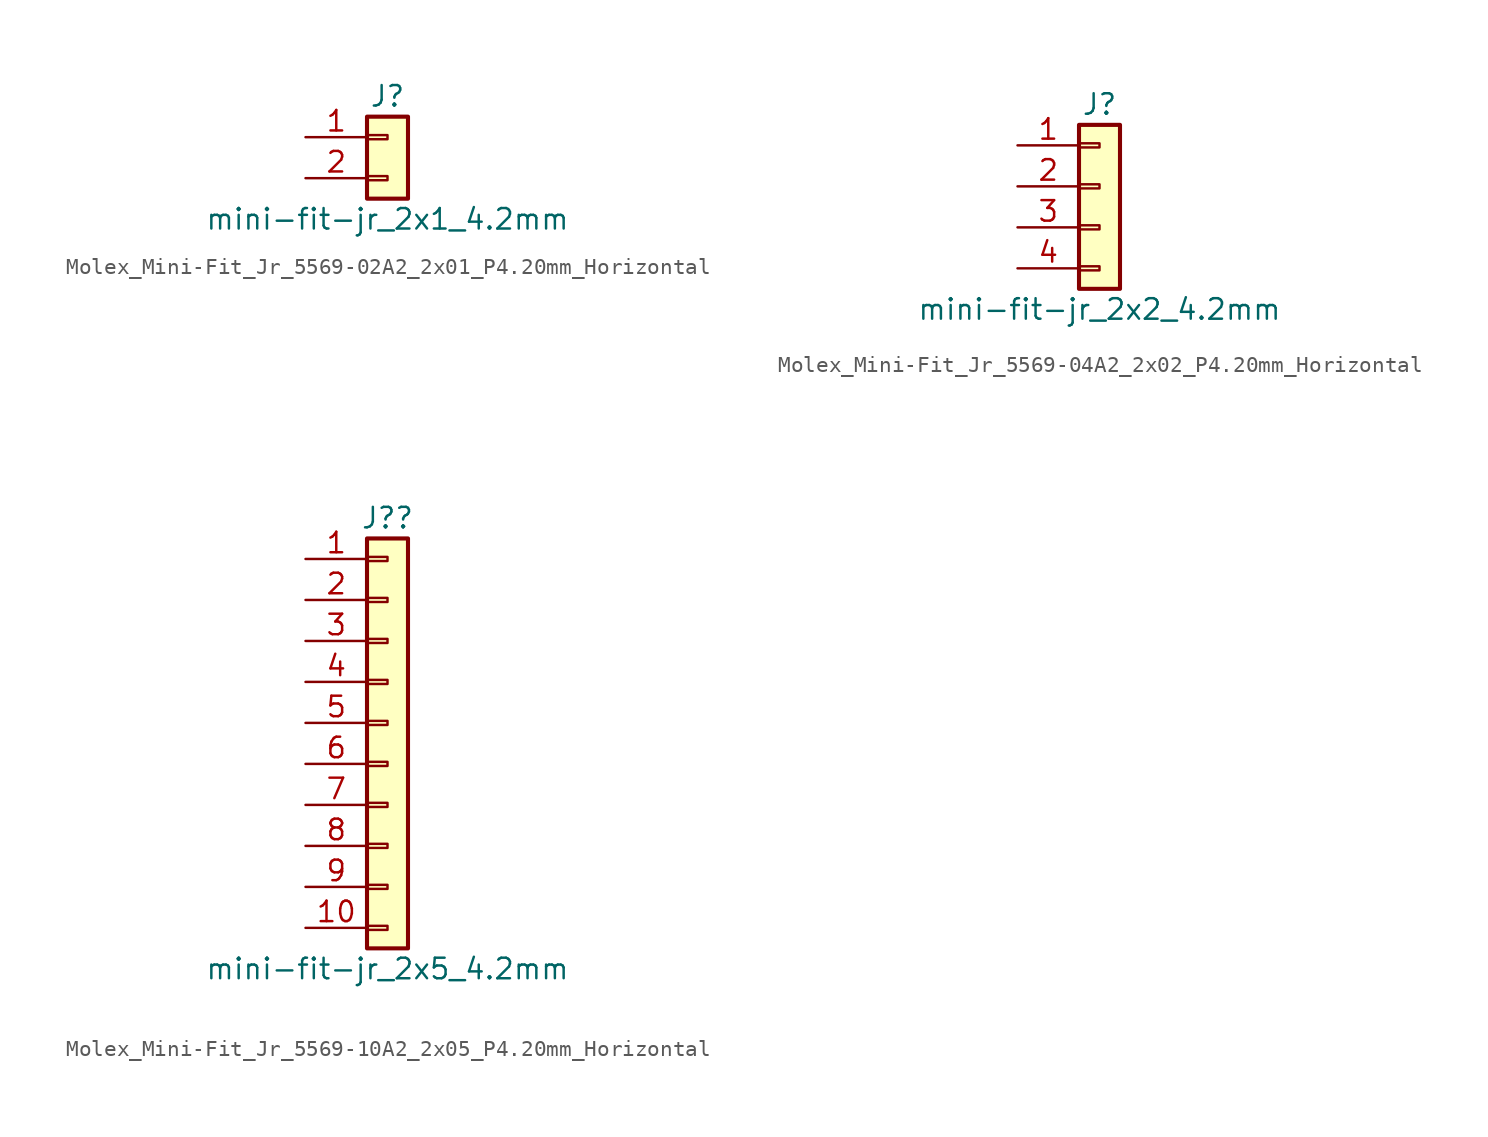
<source format=kicad_sym>
(kicad_symbol_lib
  (version 20220914)
  (generator kicad_symbol_editor)
  (symbol "Molex_Mini-Fit_Jr_5569-02A2_2x01_P4.20mm_Horizontal"
    (pin_names
      (offset 1.016) hide)
    (property "Reference" "J"
      (at 0 2.54 0)
      (effects (font (size 1.27 1.27))))
    (property "Value" "mini-fit-jr_2x1_4.2mm"
      (at 0 -5.08 0)
      (effects (font (size 1.27 1.27))))
    (symbol "Molex_Mini-Fit_Jr_5569-02A2_2x01_P4.20mm_Horizontal_1_1"
      (rectangle (start -1.27 -2.413) (end 0 -2.667) (stroke (width 0.152) (type default)) (fill (type none)))
      (rectangle (start -1.27 0.127) (end 0 -0.127) (stroke (width 0.152) (type default)) (fill (type none)))
      (rectangle (start -1.27 1.27) (end 1.27 -3.81) (stroke (width 0.254) (type default)) (fill (type background)))
      (pin passive line (at -5.08 0 0) (length 3.81) (name "Pin_1" (effects (font (size 1.27 1.27)))) (number "1" (effects (font (size 1.27 1.27)))))
      (pin passive line (at -5.08 -2.54 0) (length 3.81) (name "Pin_2" (effects (font (size 1.27 1.27)))) (number "2" (effects (font (size 1.27 1.27)))))))
  (symbol "Molex_Mini-Fit_Jr_5569-04A2_2x02_P4.20mm_Horizontal"
    (pin_names
      (offset 1.016) hide)
    (property "Reference" "J"
      (at 0 5.08 0)
      (effects (font (size 1.27 1.27))))
    (property "Value" "mini-fit-jr_2x2_4.2mm"
      (at 0 -7.62 0)
      (effects (font (size 1.27 1.27))))
    (symbol "Molex_Mini-Fit_Jr_5569-04A2_2x02_P4.20mm_Horizontal_1_1"
      (rectangle (start -1.27 -4.953) (end 0 -5.207) (stroke (width 0.152) (type default)) (fill (type none)))
      (rectangle (start -1.27 -2.413) (end 0 -2.667) (stroke (width 0.152) (type default)) (fill (type none)))
      (rectangle (start -1.27 0.127) (end 0 -0.127) (stroke (width 0.152) (type default)) (fill (type none)))
      (rectangle (start -1.27 2.667) (end 0 2.413) (stroke (width 0.152) (type default)) (fill (type none)))
      (rectangle (start -1.27 3.81) (end 1.27 -6.35) (stroke (width 0.254) (type default)) (fill (type background)))
      (pin passive line (at -5.08 2.54 0) (length 3.81) (name "Pin_1" (effects (font (size 1.27 1.27)))) (number "1" (effects (font (size 1.27 1.27)))))
      (pin passive line (at -5.08 0 0) (length 3.81) (name "Pin_2" (effects (font (size 1.27 1.27)))) (number "2" (effects (font (size 1.27 1.27)))))
      (pin passive line (at -5.08 -2.54 0) (length 3.81) (name "Pin_3" (effects (font (size 1.27 1.27)))) (number "3" (effects (font (size 1.27 1.27)))))
      (pin passive line (at -5.08 -5.08 0) (length 3.81) (name "Pin_4" (effects (font (size 1.27 1.27)))) (number "4" (effects (font (size 1.27 1.27)))))))
  (symbol "Molex_Mini-Fit_Jr_5569-10A2_2x05_P4.20mm_Horizontal"
    (pin_names
      (offset 1.016) hide)
    (property "Reference" "J?"
      (at 0 12.7 0)
      (effects (font (size 1.27 1.27))))
    (property "Value" "mini-fit-jr_2x5_4.2mm"
      (at 0 -15.24 0)
      (effects (font (size 1.27 1.27))))
    (symbol "Molex_Mini-Fit_Jr_5569-10A2_2x05_P4.20mm_Horizontal_1_1"
      (rectangle (start -1.27 -12.573) (end 0 -12.827) (stroke (width 0.152) (type default)) (fill (type none)))
      (rectangle (start -1.27 -10.033) (end 0 -10.287) (stroke (width 0.152) (type default)) (fill (type none)))
      (rectangle (start -1.27 -7.493) (end 0 -7.747) (stroke (width 0.152) (type default)) (fill (type none)))
      (rectangle (start -1.27 -4.953) (end 0 -5.207) (stroke (width 0.152) (type default)) (fill (type none)))
      (rectangle (start -1.27 -2.413) (end 0 -2.667) (stroke (width 0.152) (type default)) (fill (type none)))
      (rectangle (start -1.27 0.127) (end 0 -0.127) (stroke (width 0.152) (type default)) (fill (type none)))
      (rectangle (start -1.27 2.667) (end 0 2.413) (stroke (width 0.152) (type default)) (fill (type none)))
      (rectangle (start -1.27 5.207) (end 0 4.953) (stroke (width 0.152) (type default)) (fill (type none)))
      (rectangle (start -1.27 7.747) (end 0 7.493) (stroke (width 0.152) (type default)) (fill (type none)))
      (rectangle (start -1.27 10.287) (end 0 10.033) (stroke (width 0.152) (type default)) (fill (type none)))
      (rectangle (start -1.27 11.43) (end 1.27 -13.97) (stroke (width 0.254) (type default)) (fill (type background)))
      (pin passive line (at -5.08 10.16 0) (length 3.81) (name "Pin_1" (effects (font (size 1.27 1.27)))) (number "1" (effects (font (size 1.27 1.27)))))
      (pin passive line (at -5.08 -12.7 0) (length 3.81) (name "Pin_10" (effects (font (size 1.27 1.27)))) (number "10" (effects (font (size 1.27 1.27)))))
      (pin passive line (at -5.08 7.62 0) (length 3.81) (name "Pin_2" (effects (font (size 1.27 1.27)))) (number "2" (effects (font (size 1.27 1.27)))))
      (pin passive line (at -5.08 5.08 0) (length 3.81) (name "Pin_3" (effects (font (size 1.27 1.27)))) (number "3" (effects (font (size 1.27 1.27)))))
      (pin passive line (at -5.08 2.54 0) (length 3.81) (name "Pin_4" (effects (font (size 1.27 1.27)))) (number "4" (effects (font (size 1.27 1.27)))))
      (pin passive line (at -5.08 0 0) (length 3.81) (name "Pin_5" (effects (font (size 1.27 1.27)))) (number "5" (effects (font (size 1.27 1.27)))))
      (pin passive line (at -5.08 -2.54 0) (length 3.81) (name "Pin_6" (effects (font (size 1.27 1.27)))) (number "6" (effects (font (size 1.27 1.27)))))
      (pin passive line (at -5.08 -5.08 0) (length 3.81) (name "Pin_7" (effects (font (size 1.27 1.27)))) (number "7" (effects (font (size 1.27 1.27)))))
      (pin passive line (at -5.08 -7.62 0) (length 3.81) (name "Pin_8" (effects (font (size 1.27 1.27)))) (number "8" (effects (font (size 1.27 1.27)))))
      (pin passive line (at -5.08 -10.16 0) (length 3.81) (name "Pin_9" (effects (font (size 1.27 1.27)))) (number "9" (effects (font (size 1.27 1.27))))))))
</source>
